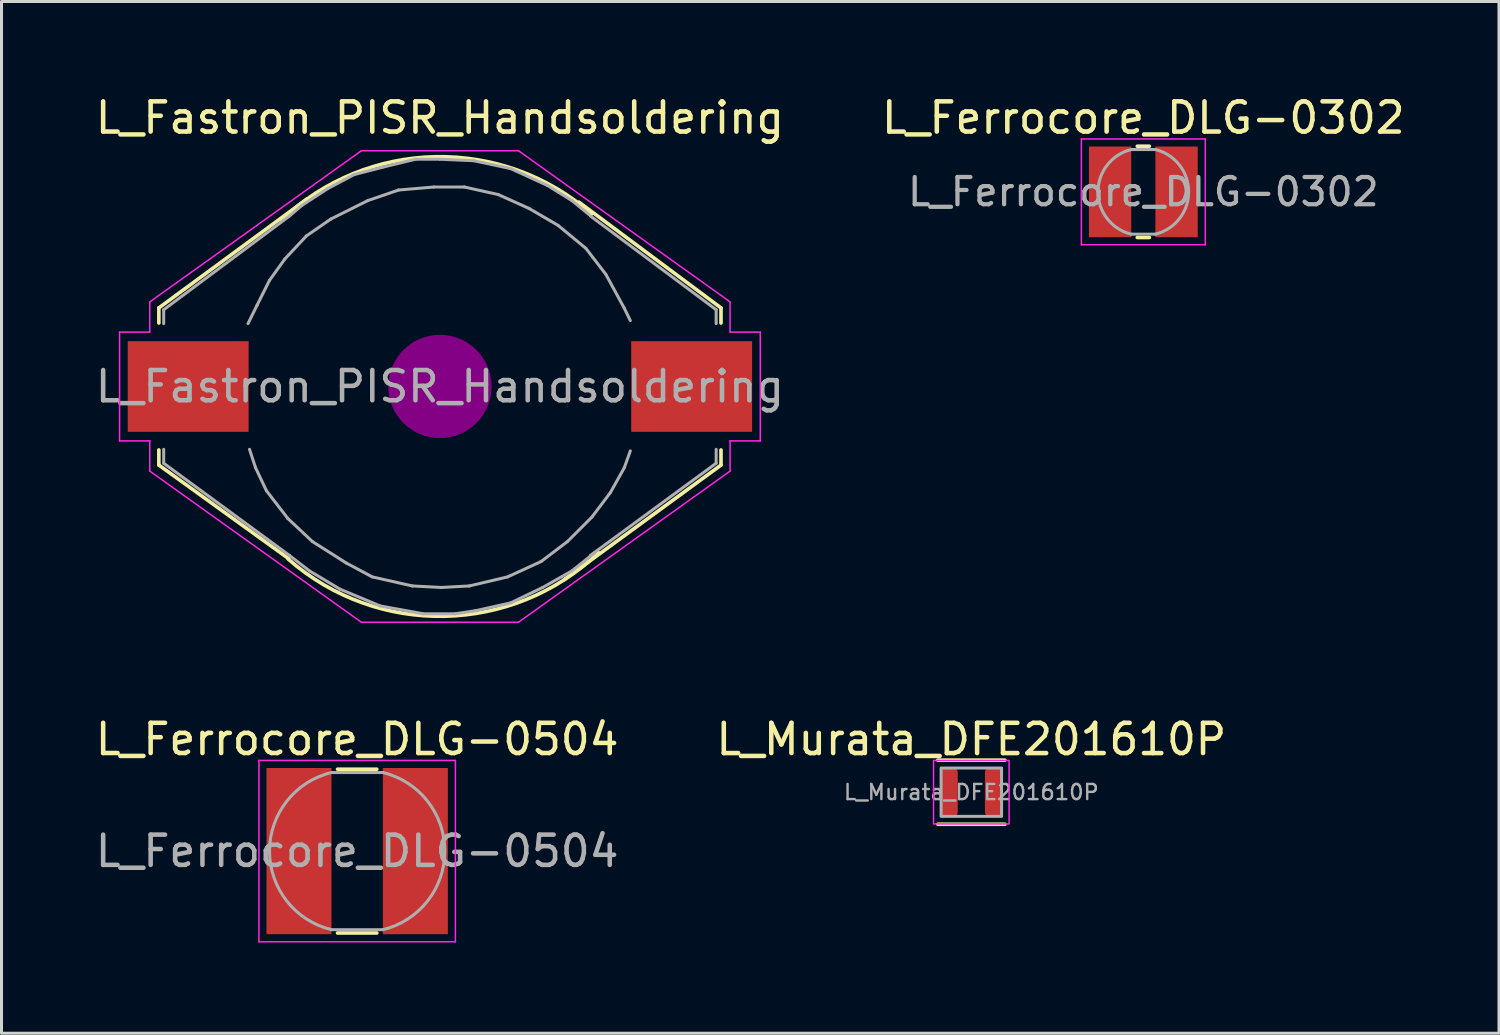
<source format=kicad_pcb>
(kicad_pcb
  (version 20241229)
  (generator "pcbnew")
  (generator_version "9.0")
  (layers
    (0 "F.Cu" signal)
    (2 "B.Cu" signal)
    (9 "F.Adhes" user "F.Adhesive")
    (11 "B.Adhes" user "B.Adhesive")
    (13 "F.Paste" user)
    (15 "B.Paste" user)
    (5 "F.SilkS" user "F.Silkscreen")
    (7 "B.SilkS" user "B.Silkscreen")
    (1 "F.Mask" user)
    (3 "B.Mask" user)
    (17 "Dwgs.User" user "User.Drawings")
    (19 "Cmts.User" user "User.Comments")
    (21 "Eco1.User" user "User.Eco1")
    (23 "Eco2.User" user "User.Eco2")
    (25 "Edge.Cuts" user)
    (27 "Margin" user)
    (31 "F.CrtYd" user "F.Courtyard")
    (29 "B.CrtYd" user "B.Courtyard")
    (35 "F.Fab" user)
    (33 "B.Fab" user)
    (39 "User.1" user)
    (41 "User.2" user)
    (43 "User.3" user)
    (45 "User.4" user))
  (footprint "L_Ferrocore_DLG-0302"
    (layer "F.Cu")
    (at 34.78 3.298)
    (property "Reference" "L_Ferrocore_DLG-0302" (at 0 -2.45 0) (layer "F.SilkS") (effects (font (size 1 1) (thickness 0.15))))
    (attr smd)
    (fp_line (start -0.2 -1.51) (end 0.2 -1.51) (stroke (width 0.12) (type solid)) (layer "F.SilkS"))
    (fp_line (start -0.2 1.51) (end 0.2 1.51) (stroke (width 0.12) (type solid)) (layer "F.SilkS"))
    (fp_line (start -2.05 -1.75) (end -2.05 1.75) (stroke (width 0.05) (type solid)) (layer "F.CrtYd"))
    (fp_line (start -2.05 1.75) (end 2.05 1.75) (stroke (width 0.05) (type solid)) (layer "F.CrtYd"))
    (fp_line (start 2.05 -1.75) (end -2.05 -1.75) (stroke (width 0.05) (type solid)) (layer "F.CrtYd"))
    (fp_line (start 2.05 1.75) (end 2.05 -1.75) (stroke (width 0.05) (type solid)) (layer "F.CrtYd"))
    (fp_line (start -0.4 -1.4) (end 0.4 -1.4) (stroke (width 0.1) (type solid)) (layer "F.Fab"))
    (fp_line (start -0.4 1.4) (end 0.4 1.4) (stroke (width 0.1) (type solid)) (layer "F.Fab"))
    (fp_arc (start -0.4 1.4) (mid -1.5 0) (end -0.4 -1.4) (stroke (width 0.1) (type solid)) (layer "F.Fab"))
    (fp_arc (start 0.4 -1.4) (mid 1.5 0) (end 0.4 1.4) (stroke (width 0.1) (type solid)) (layer "F.Fab"))
    (fp_text user "${REFERENCE}" (at 0 0 0) (layer "F.Fab") (effects (font (size 0.9 0.9) (thickness 0.14))))
    (pad "1" smd rect (at -1.1 0) (size 1.4 3) (layers "F.Cu" "F.Mask" "F.Paste"))
    (pad "2" smd rect (at 1.1 0) (size 1.4 3) (layers "F.Cu" "F.Mask" "F.Paste")))
  (footprint "L_Fastron_PISR_Handsoldering"
    (layer "F.Cu")
    (at 11.506 9.738)
    (property "Reference" "L_Fastron_PISR_Handsoldering" (at 0 -8.89 0) (layer "F.SilkS") (effects (font (size 1 1) (thickness 0.15))))
    (attr smd)
    (fp_line (start -9.3 -2.6) (end -9.3 -2.1) (stroke (width 0.12) (type solid)) (layer "F.SilkS"))
    (fp_line (start -9.3 -2.6) (end -4.4 -6.2) (stroke (width 0.12) (type solid)) (layer "F.SilkS"))
    (fp_line (start -9.3 2.6) (end -9.3 2.1) (stroke (width 0.12) (type solid)) (layer "F.SilkS"))
    (fp_line (start -5 5.7) (end -9.3 2.6) (stroke (width 0.12) (type solid)) (layer "F.SilkS"))
    (fp_line (start 4.1 6.4) (end 9.3 2.6) (stroke (width 0.12) (type solid)) (layer "F.SilkS"))
    (fp_line (start 4.6 -6.1) (end 9.3 -2.6) (stroke (width 0.12) (type solid)) (layer "F.SilkS"))
    (fp_line (start 9.3 -2.6) (end 9.3 -2.1) (stroke (width 0.12) (type solid)) (layer "F.SilkS"))
    (fp_line (start 9.3 2.6) (end 9.3 2.1) (stroke (width 0.12) (type solid)) (layer "F.SilkS"))
    (fp_arc (start -5.25 -5.5) (mid -0.15496 -7.601874) (end 5.021503 -5.709379) (stroke (width 0.12) (type solid)) (layer "F.SilkS"))
    (fp_arc (start 5.25 5.5) (mid 0.15496 7.601874) (end -5.021503 5.709379) (stroke (width 0.12) (type solid)) (layer "F.SilkS"))
    (fp_line (start 0 -0.25) (end 0 0.25) (stroke (width 0.38) (type solid)) (layer "F.Adhes"))
    (fp_circle (center 0 0) (end 0 0.25) (stroke (width 0.38) (type solid)) (fill no) (layer "F.Adhes"))
    (fp_circle (center 0 0) (end 0 0.51) (stroke (width 0.38) (type solid)) (fill no) (layer "F.Adhes"))
    (fp_circle (center 0 0) (end 0 0.76) (stroke (width 0.38) (type solid)) (fill no) (layer "F.Adhes"))
    (fp_circle (center 0 0) (end 0 1.02) (stroke (width 0.38) (type solid)) (fill no) (layer "F.Adhes"))
    (fp_circle (center 0 0) (end 0 1.27) (stroke (width 0.38) (type solid)) (fill no) (layer "F.Adhes"))
    (fp_circle (center 0 0) (end 0 1.52) (stroke (width 0.38) (type solid)) (fill no) (layer "F.Adhes"))
    (fp_line (start -10.6 -1.8) (end -9.6 -1.8) (stroke (width 0.05) (type solid)) (layer "F.CrtYd"))
    (fp_line (start -10.6 1.8) (end -10.6 -1.8) (stroke (width 0.05) (type solid)) (layer "F.CrtYd"))
    (fp_line (start -9.6 -2.8) (end -2.6 -7.8) (stroke (width 0.05) (type solid)) (layer "F.CrtYd"))
    (fp_line (start -9.6 -1.8) (end -9.6 -2.8) (stroke (width 0.05) (type solid)) (layer "F.CrtYd"))
    (fp_line (start -9.6 1.8) (end -10.6 1.8) (stroke (width 0.05) (type solid)) (layer "F.CrtYd"))
    (fp_line (start -9.6 2.8) (end -9.6 1.8) (stroke (width 0.05) (type solid)) (layer "F.CrtYd"))
    (fp_line (start -2.6 -7.8) (end 2.6 -7.8) (stroke (width 0.05) (type solid)) (layer "F.CrtYd"))
    (fp_line (start -2.6 7.8) (end -9.6 2.8) (stroke (width 0.05) (type solid)) (layer "F.CrtYd"))
    (fp_line (start 2.6 -7.8) (end 9.6 -2.8) (stroke (width 0.05) (type solid)) (layer "F.CrtYd"))
    (fp_line (start 2.6 7.8) (end -2.6 7.8) (stroke (width 0.05) (type solid)) (layer "F.CrtYd"))
    (fp_line (start 9.6 -2.8) (end 9.6 -1.8) (stroke (width 0.05) (type solid)) (layer "F.CrtYd"))
    (fp_line (start 9.6 -1.8) (end 10.6 -1.8) (stroke (width 0.05) (type solid)) (layer "F.CrtYd"))
    (fp_line (start 9.6 1.8) (end 9.6 2.8) (stroke (width 0.05) (type solid)) (layer "F.CrtYd"))
    (fp_line (start 9.6 2.8) (end 2.6 7.8) (stroke (width 0.05) (type solid)) (layer "F.CrtYd"))
    (fp_line (start 10.6 -1.8) (end 10.6 1.8) (stroke (width 0.05) (type solid)) (layer "F.CrtYd"))
    (fp_line (start 10.6 1.8) (end 9.6 1.8) (stroke (width 0.05) (type solid)) (layer "F.CrtYd"))
    (fp_line (start -9.14 -2.54) (end -4.98 -5.64) (stroke (width 0.1) (type solid)) (layer "F.Fab"))
    (fp_line (start -9.14 -2.08) (end -9.14 -2.54) (stroke (width 0.1) (type solid)) (layer "F.Fab"))
    (fp_line (start -9.14 2.08) (end -9.14 2.54) (stroke (width 0.1) (type solid)) (layer "F.Fab"))
    (fp_line (start -9.14 2.54) (end -4.98 5.59) (stroke (width 0.1) (type solid)) (layer "F.Fab"))
    (fp_line (start -6.35 -2.08) (end -6.05 -2.69) (stroke (width 0.1) (type solid)) (layer "F.Fab"))
    (fp_line (start -6.3 2.08) (end -6.1 2.69) (stroke (width 0.1) (type solid)) (layer "F.Fab"))
    (fp_line (start -6.1 2.69) (end -5.74 3.45) (stroke (width 0.1) (type solid)) (layer "F.Fab"))
    (fp_line (start -6.05 -2.69) (end -5.64 -3.51) (stroke (width 0.1) (type solid)) (layer "F.Fab"))
    (fp_line (start -5.74 3.45) (end -5.03 4.37) (stroke (width 0.1) (type solid)) (layer "F.Fab"))
    (fp_line (start -5.64 -3.51) (end -5.13 -4.22) (stroke (width 0.1) (type solid)) (layer "F.Fab"))
    (fp_line (start -5.13 -4.22) (end -4.42 -4.98) (stroke (width 0.1) (type solid)) (layer "F.Fab"))
    (fp_line (start -5.03 4.37) (end -4.22 5.13) (stroke (width 0.1) (type solid)) (layer "F.Fab"))
    (fp_line (start -4.98 -5.64) (end -4.57 -5.99) (stroke (width 0.1) (type solid)) (layer "F.Fab"))
    (fp_line (start -4.98 5.59) (end -4.32 6.1) (stroke (width 0.1) (type solid)) (layer "F.Fab"))
    (fp_line (start -4.57 -5.99) (end -3.71 -6.55) (stroke (width 0.1) (type solid)) (layer "F.Fab"))
    (fp_line (start -4.42 -4.98) (end -3.61 -5.54) (stroke (width 0.1) (type solid)) (layer "F.Fab"))
    (fp_line (start -4.32 6.1) (end -3.3 6.71) (stroke (width 0.1) (type solid)) (layer "F.Fab"))
    (fp_line (start -4.22 5.13) (end -3.1 5.84) (stroke (width 0.1) (type solid)) (layer "F.Fab"))
    (fp_line (start -3.71 -6.55) (end -2.84 -7.01) (stroke (width 0.1) (type solid)) (layer "F.Fab"))
    (fp_line (start -3.61 -5.54) (end -2.39 -6.15) (stroke (width 0.1) (type solid)) (layer "F.Fab"))
    (fp_line (start -3.3 6.71) (end -1.98 7.26) (stroke (width 0.1) (type solid)) (layer "F.Fab"))
    (fp_line (start -3.1 5.84) (end -2.24 6.3) (stroke (width 0.1) (type solid)) (layer "F.Fab"))
    (fp_line (start -2.84 -7.01) (end -1.88 -7.26) (stroke (width 0.1) (type solid)) (layer "F.Fab"))
    (fp_line (start -2.39 -6.15) (end -1.37 -6.5) (stroke (width 0.1) (type solid)) (layer "F.Fab"))
    (fp_line (start -2.24 6.3) (end -0.91 6.6) (stroke (width 0.1) (type solid)) (layer "F.Fab"))
    (fp_line (start -1.98 7.26) (end -0.56 7.52) (stroke (width 0.1) (type solid)) (layer "F.Fab"))
    (fp_line (start -1.88 -7.26) (end -0.81 -7.52) (stroke (width 0.1) (type solid)) (layer "F.Fab"))
    (fp_line (start -1.37 -6.5) (end -0.2 -6.6) (stroke (width 0.1) (type solid)) (layer "F.Fab"))
    (fp_line (start -0.91 6.6) (end 0.05 6.65) (stroke (width 0.1) (type solid)) (layer "F.Fab"))
    (fp_line (start -0.81 -7.52) (end 0 -7.52) (stroke (width 0.1) (type solid)) (layer "F.Fab"))
    (fp_line (start -0.56 7.52) (end 0.51 7.52) (stroke (width 0.1) (type solid)) (layer "F.Fab"))
    (fp_line (start -0.2 -6.6) (end 0.81 -6.6) (stroke (width 0.1) (type solid)) (layer "F.Fab"))
    (fp_line (start 0 -7.52) (end 1.12 -7.47) (stroke (width 0.1) (type solid)) (layer "F.Fab"))
    (fp_line (start 0.05 6.65) (end 0.97 6.6) (stroke (width 0.1) (type solid)) (layer "F.Fab"))
    (fp_line (start 0.51 7.52) (end 1.17 7.42) (stroke (width 0.1) (type solid)) (layer "F.Fab"))
    (fp_line (start 0.81 -6.6) (end 1.93 -6.35) (stroke (width 0.1) (type solid)) (layer "F.Fab"))
    (fp_line (start 0.97 6.6) (end 2.24 6.3) (stroke (width 0.1) (type solid)) (layer "F.Fab"))
    (fp_line (start 1.12 -7.47) (end 2.34 -7.21) (stroke (width 0.1) (type solid)) (layer "F.Fab"))
    (fp_line (start 1.17 7.42) (end 2.34 7.16) (stroke (width 0.1) (type solid)) (layer "F.Fab"))
    (fp_line (start 1.93 -6.35) (end 2.95 -5.89) (stroke (width 0.1) (type solid)) (layer "F.Fab"))
    (fp_line (start 2.24 6.3) (end 3.35 5.79) (stroke (width 0.1) (type solid)) (layer "F.Fab"))
    (fp_line (start 2.34 -7.21) (end 3.56 -6.65) (stroke (width 0.1) (type solid)) (layer "F.Fab"))
    (fp_line (start 2.34 7.16) (end 3.4 6.65) (stroke (width 0.1) (type solid)) (layer "F.Fab"))
    (fp_line (start 2.95 -5.89) (end 3.91 -5.33) (stroke (width 0.1) (type solid)) (layer "F.Fab"))
    (fp_line (start 3.35 5.79) (end 4.22 5.13) (stroke (width 0.1) (type solid)) (layer "F.Fab"))
    (fp_line (start 3.4 6.65) (end 4.37 6.1) (stroke (width 0.1) (type solid)) (layer "F.Fab"))
    (fp_line (start 3.56 -6.65) (end 4.37 -6.15) (stroke (width 0.1) (type solid)) (layer "F.Fab"))
    (fp_line (start 3.91 -5.33) (end 4.83 -4.57) (stroke (width 0.1) (type solid)) (layer "F.Fab"))
    (fp_line (start 4.22 5.13) (end 5.03 4.32) (stroke (width 0.1) (type solid)) (layer "F.Fab"))
    (fp_line (start 4.37 -6.15) (end 4.93 -5.69) (stroke (width 0.1) (type solid)) (layer "F.Fab"))
    (fp_line (start 4.37 6.1) (end 5.13 5.49) (stroke (width 0.1) (type solid)) (layer "F.Fab"))
    (fp_line (start 4.83 -4.57) (end 5.49 -3.71) (stroke (width 0.1) (type solid)) (layer "F.Fab"))
    (fp_line (start 5.03 4.32) (end 5.64 3.51) (stroke (width 0.1) (type solid)) (layer "F.Fab"))
    (fp_line (start 5.49 -3.71) (end 6.1 -2.59) (stroke (width 0.1) (type solid)) (layer "F.Fab"))
    (fp_line (start 5.64 3.51) (end 6.1 2.69) (stroke (width 0.1) (type solid)) (layer "F.Fab"))
    (fp_line (start 6.1 -2.59) (end 6.3 -2.18) (stroke (width 0.1) (type solid)) (layer "F.Fab"))
    (fp_line (start 6.1 2.69) (end 6.3 2.13) (stroke (width 0.1) (type solid)) (layer "F.Fab"))
    (fp_line (start 9.14 -2.54) (end 4.98 -5.64) (stroke (width 0.1) (type solid)) (layer "F.Fab"))
    (fp_line (start 9.14 -2.08) (end 9.14 -2.54) (stroke (width 0.1) (type solid)) (layer "F.Fab"))
    (fp_line (start 9.14 2.08) (end 9.14 2.54) (stroke (width 0.1) (type solid)) (layer "F.Fab"))
    (fp_line (start 9.14 2.54) (end 4.98 5.59) (stroke (width 0.1) (type solid)) (layer "F.Fab"))
    (fp_text user "${REFERENCE}" (at 0 0 0) (layer "F.Fab") (effects (font (size 1 1) (thickness 0.15))))
    (pad "1" smd rect (at 8.33 0) (size 4 3) (layers "F.Cu" "F.Mask" "F.Paste"))
    (pad "2" smd rect (at -8.33 0) (size 4 3) (layers "F.Cu" "F.Mask" "F.Paste")))
  (footprint "L_Murata_DFE201610P"
    (layer "F.Cu")
    (at 29.089 23.162)
    (property "Reference" "L_Murata_DFE201610P" (at 0 -1.75 0) (layer "F.SilkS") (effects (font (size 1 1) (thickness 0.15))))
    (attr smd)
    (fp_line (start -1.11 -1.06) (end 1.11 -1.06) (stroke (width 0.12) (type solid)) (layer "F.SilkS"))
    (fp_line (start 1.11 1.06) (end -1.11 1.06) (stroke (width 0.12) (type solid)) (layer "F.SilkS"))
    (fp_rect (start -1.25 -1.05) (end 1.25 1.05) (stroke (width 0.05) (type solid)) (fill no) (layer "F.CrtYd"))
    (fp_rect (start -1 -0.8) (end 1 0.8) (stroke (width 0.1) (type solid)) (fill no) (layer "F.Fab"))
    (fp_text user "${REFERENCE}" (at 0 0 0) (layer "F.Fab") (effects (font (size 0.5 0.5) (thickness 0.08))))
    (pad "1" smd roundrect (at -0.725 0) (size 0.55 1.6) (layers "F.Cu" "F.Mask" "F.Paste") (roundrect_rratio 0.25))
    (pad "2" smd roundrect (at 0.725 0) (size 0.55 1.6) (layers "F.Cu" "F.Mask" "F.Paste") (roundrect_rratio 0.25)))
  (footprint "L_Ferrocore_DLG-0504"
    (layer "F.Cu")
    (at 8.768 25.111)
    (property "Reference" "L_Ferrocore_DLG-0504" (at 0 -3.7 0) (layer "F.SilkS") (effects (font (size 1 1) (thickness 0.15))))
    (attr smd)
    (fp_line (start -0.65 -2.71) (end 0.65 -2.71) (stroke (width 0.12) (type solid)) (layer "F.SilkS"))
    (fp_line (start -0.65 2.71) (end 0.65 2.71) (stroke (width 0.12) (type solid)) (layer "F.SilkS"))
    (fp_line (start -3.25 -3) (end -3.25 3) (stroke (width 0.05) (type solid)) (layer "F.CrtYd"))
    (fp_line (start -3.25 3) (end 3.25 3) (stroke (width 0.05) (type solid)) (layer "F.CrtYd"))
    (fp_line (start 3.25 -3) (end -3.25 -3) (stroke (width 0.05) (type solid)) (layer "F.CrtYd"))
    (fp_line (start 3.25 3) (end 3.25 -3) (stroke (width 0.05) (type solid)) (layer "F.CrtYd"))
    (fp_line (start -0.85 -2.6) (end 0.85 -2.6) (stroke (width 0.1) (type solid)) (layer "F.Fab"))
    (fp_line (start -0.85 2.6) (end 0.85 2.6) (stroke (width 0.1) (type solid)) (layer "F.Fab"))
    (fp_arc (start -0.85 2.6) (mid -2.9 0) (end -0.85 -2.6) (stroke (width 0.1) (type solid)) (layer "F.Fab"))
    (fp_arc (start 0.85 -2.6) (mid 2.9 0) (end 0.85 2.6) (stroke (width 0.1) (type solid)) (layer "F.Fab"))
    (fp_text user "${REFERENCE}" (at 0 0 0) (layer "F.Fab") (effects (font (size 1 1) (thickness 0.15))))
    (pad "1" smd rect (at -1.925 0) (size 2.15 5.5) (layers "F.Cu" "F.Mask" "F.Paste"))
    (pad "2" smd rect (at 1.925 0) (size 2.15 5.5) (layers "F.Cu" "F.Mask" "F.Paste")))
  (gr_rect
    (start -3 -3)
    (end 46.548 31.137)
    (stroke (width 0.1) (type default))
    (fill no)
    (layer "Edge.Cuts")))
</source>
